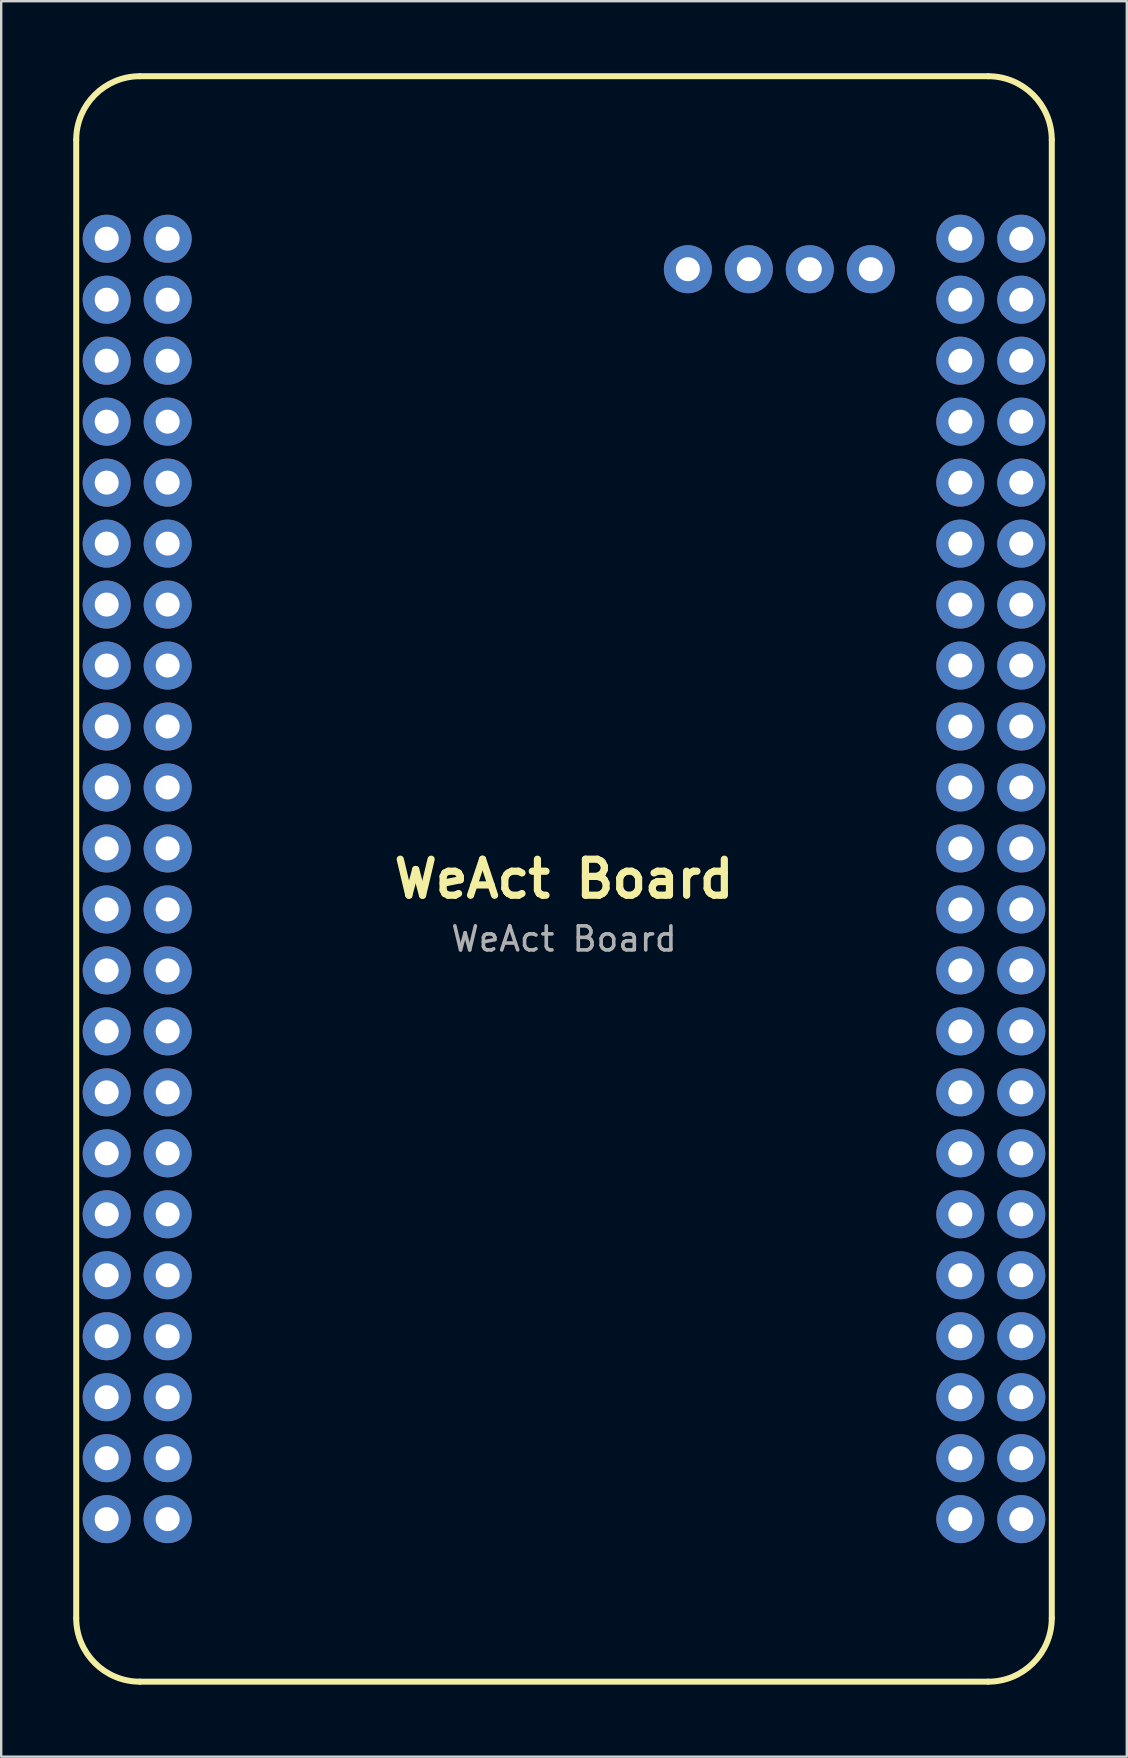
<source format=kicad_pcb>
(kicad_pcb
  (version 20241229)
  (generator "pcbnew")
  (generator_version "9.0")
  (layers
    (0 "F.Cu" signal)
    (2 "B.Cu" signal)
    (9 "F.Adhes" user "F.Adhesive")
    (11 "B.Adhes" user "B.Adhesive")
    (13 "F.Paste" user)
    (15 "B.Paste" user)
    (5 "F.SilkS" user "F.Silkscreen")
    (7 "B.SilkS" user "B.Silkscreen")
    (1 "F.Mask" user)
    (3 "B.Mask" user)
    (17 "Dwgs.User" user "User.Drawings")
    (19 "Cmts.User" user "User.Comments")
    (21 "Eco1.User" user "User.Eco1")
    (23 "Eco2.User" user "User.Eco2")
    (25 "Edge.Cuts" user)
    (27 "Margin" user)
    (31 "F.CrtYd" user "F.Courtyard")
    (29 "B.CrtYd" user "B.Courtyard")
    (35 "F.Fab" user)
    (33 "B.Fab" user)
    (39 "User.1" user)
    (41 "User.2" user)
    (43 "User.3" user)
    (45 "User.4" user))
  (footprint "WeAct Board"
    (layer "F.Cu")
    (at 20.445 33.565)
    (property "Reference" "WeAct Board" (at 0 0 0) (unlocked yes) (layer "F.SilkS") (effects (font (size 1.5 1.5) (thickness 0.3) (bold yes))))
    (attr through_hole)
    (fp_line (start -20.32 30.79) (end -20.32 -30.79) (stroke (width 0.25) (type default)) (layer "F.SilkS"))
    (fp_line (start -17.67 -33.44) (end 17.67 -33.44) (stroke (width 0.25) (type default)) (layer "F.SilkS"))
    (fp_line (start 17.67 33.44) (end -17.67 33.44) (stroke (width 0.25) (type default)) (layer "F.SilkS"))
    (fp_line (start 20.32 -30.79) (end 20.32 30.79) (stroke (width 0.25) (type default)) (layer "F.SilkS"))
    (fp_arc (start -20.32 -30.79) (mid -19.543833 -32.663833) (end -17.67 -33.44) (stroke (width 0.25) (type default)) (layer "F.SilkS"))
    (fp_arc (start -17.67 33.44) (mid -19.543833 32.663833) (end -20.32 30.79) (stroke (width 0.25) (type default)) (layer "F.SilkS"))
    (fp_arc (start 17.67 -33.44) (mid 19.543833 -32.663833) (end 20.32 -30.79) (stroke (width 0.25) (type default)) (layer "F.SilkS"))
    (fp_arc (start 20.32 30.79) (mid 19.543833 32.663833) (end 17.67 33.44) (stroke (width 0.25) (type default)) (layer "F.SilkS"))
    (fp_text user "${REFERENCE}" (at 0 2.5 0) (unlocked yes) (layer "F.Fab") (effects (font (size 1 1) (thickness 0.15))))
    (pad "1" thru_hole circle (at -19.05 -26.67) (size 2 2) (drill 1) (layers "*.Cu" "*.Mask"))
    (pad "2" thru_hole circle (at -16.51 -26.67) (size 2 2) (drill 1) (layers "*.Cu" "*.Mask"))
    (pad "3" thru_hole circle (at -19.05 -24.13) (size 2 2) (drill 1) (layers "*.Cu" "*.Mask"))
    (pad "4" thru_hole circle (at -16.51 -24.13) (size 2 2) (drill 1) (layers "*.Cu" "*.Mask"))
    (pad "5" thru_hole circle (at -19.05 -21.59) (size 2 2) (drill 1) (layers "*.Cu" "*.Mask"))
    (pad "6" thru_hole circle (at -16.51 -21.59) (size 2 2) (drill 1) (layers "*.Cu" "*.Mask"))
    (pad "7" thru_hole circle (at -19.05 -19.05) (size 2 2) (drill 1) (layers "*.Cu" "*.Mask"))
    (pad "8" thru_hole circle (at -16.51 -19.05) (size 2 2) (drill 1) (layers "*.Cu" "*.Mask"))
    (pad "9" thru_hole circle (at -19.05 -16.51) (size 2 2) (drill 1) (layers "*.Cu" "*.Mask"))
    (pad "10" thru_hole circle (at -16.51 -16.51) (size 2 2) (drill 1) (layers "*.Cu" "*.Mask"))
    (pad "11" thru_hole circle (at -19.05 -13.97) (size 2 2) (drill 1) (layers "*.Cu" "*.Mask"))
    (pad "12" thru_hole circle (at -16.51 -13.97) (size 2 2) (drill 1) (layers "*.Cu" "*.Mask"))
    (pad "13" thru_hole circle (at -19.05 -11.43) (size 2 2) (drill 1) (layers "*.Cu" "*.Mask"))
    (pad "14" thru_hole circle (at -16.51 -11.43) (size 2 2) (drill 1) (layers "*.Cu" "*.Mask"))
    (pad "15" thru_hole circle (at -19.05 -8.89) (size 2 2) (drill 1) (layers "*.Cu" "*.Mask"))
    (pad "16" thru_hole circle (at -16.51 -8.89) (size 2 2) (drill 1) (layers "*.Cu" "*.Mask"))
    (pad "17" thru_hole circle (at -19.05 -6.35) (size 2 2) (drill 1) (layers "*.Cu" "*.Mask"))
    (pad "18" thru_hole circle (at -16.51 -6.35) (size 2 2) (drill 1) (layers "*.Cu" "*.Mask"))
    (pad "19" thru_hole circle (at -19.05 -3.81) (size 2 2) (drill 1) (layers "*.Cu" "*.Mask"))
    (pad "20" thru_hole circle (at -16.51 -3.81) (size 2 2) (drill 1) (layers "*.Cu" "*.Mask"))
    (pad "21" thru_hole circle (at -19.05 -1.27) (size 2 2) (drill 1) (layers "*.Cu" "*.Mask"))
    (pad "22" thru_hole circle (at -16.51 -1.27) (size 2 2) (drill 1) (layers "*.Cu" "*.Mask"))
    (pad "23" thru_hole circle (at -19.05 1.27) (size 2 2) (drill 1) (layers "*.Cu" "*.Mask"))
    (pad "24" thru_hole circle (at -16.51 1.27) (size 2 2) (drill 1) (layers "*.Cu" "*.Mask"))
    (pad "25" thru_hole circle (at -19.05 3.81) (size 2 2) (drill 1) (layers "*.Cu" "*.Mask"))
    (pad "26" thru_hole circle (at -16.51 3.81) (size 2 2) (drill 1) (layers "*.Cu" "*.Mask"))
    (pad "27" thru_hole circle (at -19.05 6.35) (size 2 2) (drill 1) (layers "*.Cu" "*.Mask"))
    (pad "28" thru_hole circle (at -16.51 6.35) (size 2 2) (drill 1) (layers "*.Cu" "*.Mask"))
    (pad "29" thru_hole circle (at -19.05 8.89) (size 2 2) (drill 1) (layers "*.Cu" "*.Mask"))
    (pad "30" thru_hole circle (at -16.51 8.89) (size 2 2) (drill 1) (layers "*.Cu" "*.Mask"))
    (pad "31" thru_hole circle (at -19.05 11.43) (size 2 2) (drill 1) (layers "*.Cu" "*.Mask"))
    (pad "32" thru_hole circle (at -16.51 11.43) (size 2 2) (drill 1) (layers "*.Cu" "*.Mask"))
    (pad "33" thru_hole circle (at -19.05 13.97) (size 2 2) (drill 1) (layers "*.Cu" "*.Mask"))
    (pad "34" thru_hole circle (at -16.51 13.97) (size 2 2) (drill 1) (layers "*.Cu" "*.Mask"))
    (pad "35" thru_hole circle (at -19.05 16.51) (size 2 2) (drill 1) (layers "*.Cu" "*.Mask"))
    (pad "36" thru_hole circle (at -16.51 16.51) (size 2 2) (drill 1) (layers "*.Cu" "*.Mask"))
    (pad "37" thru_hole circle (at -19.05 19.05) (size 2 2) (drill 1) (layers "*.Cu" "*.Mask"))
    (pad "38" thru_hole circle (at -16.51 19.05) (size 2 2) (drill 1) (layers "*.Cu" "*.Mask"))
    (pad "39" thru_hole circle (at -19.05 21.59) (size 2 2) (drill 1) (layers "*.Cu" "*.Mask"))
    (pad "40" thru_hole circle (at -16.51 21.59) (size 2 2) (drill 1) (layers "*.Cu" "*.Mask"))
    (pad "41" thru_hole circle (at -19.05 24.13) (size 2 2) (drill 1) (layers "*.Cu" "*.Mask"))
    (pad "42" thru_hole circle (at -16.51 24.13) (size 2 2) (drill 1) (layers "*.Cu" "*.Mask"))
    (pad "43" thru_hole circle (at -19.05 26.67) (size 2 2) (drill 1) (layers "*.Cu" "*.Mask"))
    (pad "44" thru_hole circle (at -16.51 26.67) (size 2 2) (drill 1) (layers "*.Cu" "*.Mask"))
    (pad "45" thru_hole circle (at 16.51 26.67) (size 2 2) (drill 1) (layers "*.Cu" "*.Mask"))
    (pad "46" thru_hole circle (at 19.05 26.67) (size 2 2) (drill 1) (layers "*.Cu" "*.Mask"))
    (pad "47" thru_hole circle (at 16.51 24.13) (size 2 2) (drill 1) (layers "*.Cu" "*.Mask"))
    (pad "48" thru_hole circle (at 19.05 24.13) (size 2 2) (drill 1) (layers "*.Cu" "*.Mask"))
    (pad "49" thru_hole circle (at 16.51 21.59) (size 2 2) (drill 1) (layers "*.Cu" "*.Mask"))
    (pad "50" thru_hole circle (at 19.05 21.59) (size 2 2) (drill 1) (layers "*.Cu" "*.Mask"))
    (pad "51" thru_hole circle (at 16.51 19.05) (size 2 2) (drill 1) (layers "*.Cu" "*.Mask"))
    (pad "52" thru_hole circle (at 19.05 19.05) (size 2 2) (drill 1) (layers "*.Cu" "*.Mask"))
    (pad "53" thru_hole circle (at 16.51 16.51) (size 2 2) (drill 1) (layers "*.Cu" "*.Mask"))
    (pad "54" thru_hole circle (at 19.05 16.51) (size 2 2) (drill 1) (layers "*.Cu" "*.Mask"))
    (pad "55" thru_hole circle (at 16.51 13.97) (size 2 2) (drill 1) (layers "*.Cu" "*.Mask"))
    (pad "56" thru_hole circle (at 19.05 13.97) (size 2 2) (drill 1) (layers "*.Cu" "*.Mask"))
    (pad "57" thru_hole circle (at 16.51 11.43) (size 2 2) (drill 1) (layers "*.Cu" "*.Mask"))
    (pad "58" thru_hole circle (at 19.05 11.43) (size 2 2) (drill 1) (layers "*.Cu" "*.Mask"))
    (pad "59" thru_hole circle (at 16.51 8.89) (size 2 2) (drill 1) (layers "*.Cu" "*.Mask"))
    (pad "60" thru_hole circle (at 19.05 8.89) (size 2 2) (drill 1) (layers "*.Cu" "*.Mask"))
    (pad "61" thru_hole circle (at 16.51 6.35) (size 2 2) (drill 1) (layers "*.Cu" "*.Mask"))
    (pad "62" thru_hole circle (at 19.05 6.35) (size 2 2) (drill 1) (layers "*.Cu" "*.Mask"))
    (pad "63" thru_hole circle (at 16.51 3.81) (size 2 2) (drill 1) (layers "*.Cu" "*.Mask"))
    (pad "64" thru_hole circle (at 19.05 3.81) (size 2 2) (drill 1) (layers "*.Cu" "*.Mask"))
    (pad "65" thru_hole circle (at 16.51 1.27) (size 2 2) (drill 1) (layers "*.Cu" "*.Mask"))
    (pad "66" thru_hole circle (at 19.05 1.27) (size 2 2) (drill 1) (layers "*.Cu" "*.Mask"))
    (pad "67" thru_hole circle (at 16.51 -1.27) (size 2 2) (drill 1) (layers "*.Cu" "*.Mask"))
    (pad "68" thru_hole circle (at 19.05 -1.27) (size 2 2) (drill 1) (layers "*.Cu" "*.Mask"))
    (pad "69" thru_hole circle (at 16.51 -3.81) (size 2 2) (drill 1) (layers "*.Cu" "*.Mask"))
    (pad "70" thru_hole circle (at 19.05 -3.81) (size 2 2) (drill 1) (layers "*.Cu" "*.Mask"))
    (pad "71" thru_hole circle (at 16.51 -6.35) (size 2 2) (drill 1) (layers "*.Cu" "*.Mask"))
    (pad "72" thru_hole circle (at 19.05 -6.35) (size 2 2) (drill 1) (layers "*.Cu" "*.Mask"))
    (pad "73" thru_hole circle (at 16.51 -8.89) (size 2 2) (drill 1) (layers "*.Cu" "*.Mask"))
    (pad "74" thru_hole circle (at 19.05 -8.89) (size 2 2) (drill 1) (layers "*.Cu" "*.Mask"))
    (pad "75" thru_hole circle (at 16.51 -11.43) (size 2 2) (drill 1) (layers "*.Cu" "*.Mask"))
    (pad "76" thru_hole circle (at 19.05 -11.43) (size 2 2) (drill 1) (layers "*.Cu" "*.Mask"))
    (pad "77" thru_hole circle (at 16.51 -13.97) (size 2 2) (drill 1) (layers "*.Cu" "*.Mask"))
    (pad "78" thru_hole circle (at 19.05 -13.97) (size 2 2) (drill 1) (layers "*.Cu" "*.Mask"))
    (pad "79" thru_hole circle (at 16.51 -16.51) (size 2 2) (drill 1) (layers "*.Cu" "*.Mask"))
    (pad "80" thru_hole circle (at 19.05 -16.51) (size 2 2) (drill 1) (layers "*.Cu" "*.Mask"))
    (pad "81" thru_hole circle (at 16.51 -19.05) (size 2 2) (drill 1) (layers "*.Cu" "*.Mask"))
    (pad "82" thru_hole circle (at 19.05 -19.05) (size 2 2) (drill 1) (layers "*.Cu" "*.Mask"))
    (pad "83" thru_hole circle (at 16.51 -21.59) (size 2 2) (drill 1) (layers "*.Cu" "*.Mask"))
    (pad "84" thru_hole circle (at 19.05 -21.59) (size 2 2) (drill 1) (layers "*.Cu" "*.Mask"))
    (pad "85" thru_hole circle (at 16.51 -24.13) (size 2 2) (drill 1) (layers "*.Cu" "*.Mask"))
    (pad "86" thru_hole circle (at 19.05 -24.13) (size 2 2) (drill 1) (layers "*.Cu" "*.Mask"))
    (pad "87" thru_hole circle (at 16.51 -26.67) (size 2 2) (drill 1) (layers "*.Cu" "*.Mask"))
    (pad "88" thru_hole circle (at 19.05 -26.67) (size 2 2) (drill 1) (layers "*.Cu" "*.Mask"))
    (pad "89" thru_hole circle (at 12.78 -25.4) (size 2 2) (drill 1) (layers "*.Cu" "*.Mask"))
    (pad "90" thru_hole circle (at 10.24 -25.4) (size 2 2) (drill 1) (layers "*.Cu" "*.Mask"))
    (pad "91" thru_hole circle (at 7.7 -25.4) (size 2 2) (drill 1) (layers "*.Cu" "*.Mask"))
    (pad "92" thru_hole circle (at 5.16 -25.4) (size 2 2) (drill 1) (layers "*.Cu" "*.Mask"))
    (zone (net_name "") (layer "F.SilkS") (hatch edge 0.5) (connect_pads) (min_thickness 0.25) (filled_areas_thickness no) (keepout (tracks allowed) (vias allowed) (pads not_allowed) (copperpour allowed) (footprints not_allowed)) (placement (enabled no)) (fill) (polygon (pts (xy 0.125 0.125) (xy 40.765 0.125) (xy 40.765 67.005) (xy 0.125 67.005)))))
  (gr_rect
    (start -3 -3)
    (end 43.89 70.13)
    (stroke (width 0.1) (type default))
    (fill no)
    (layer "Edge.Cuts")))
</source>
